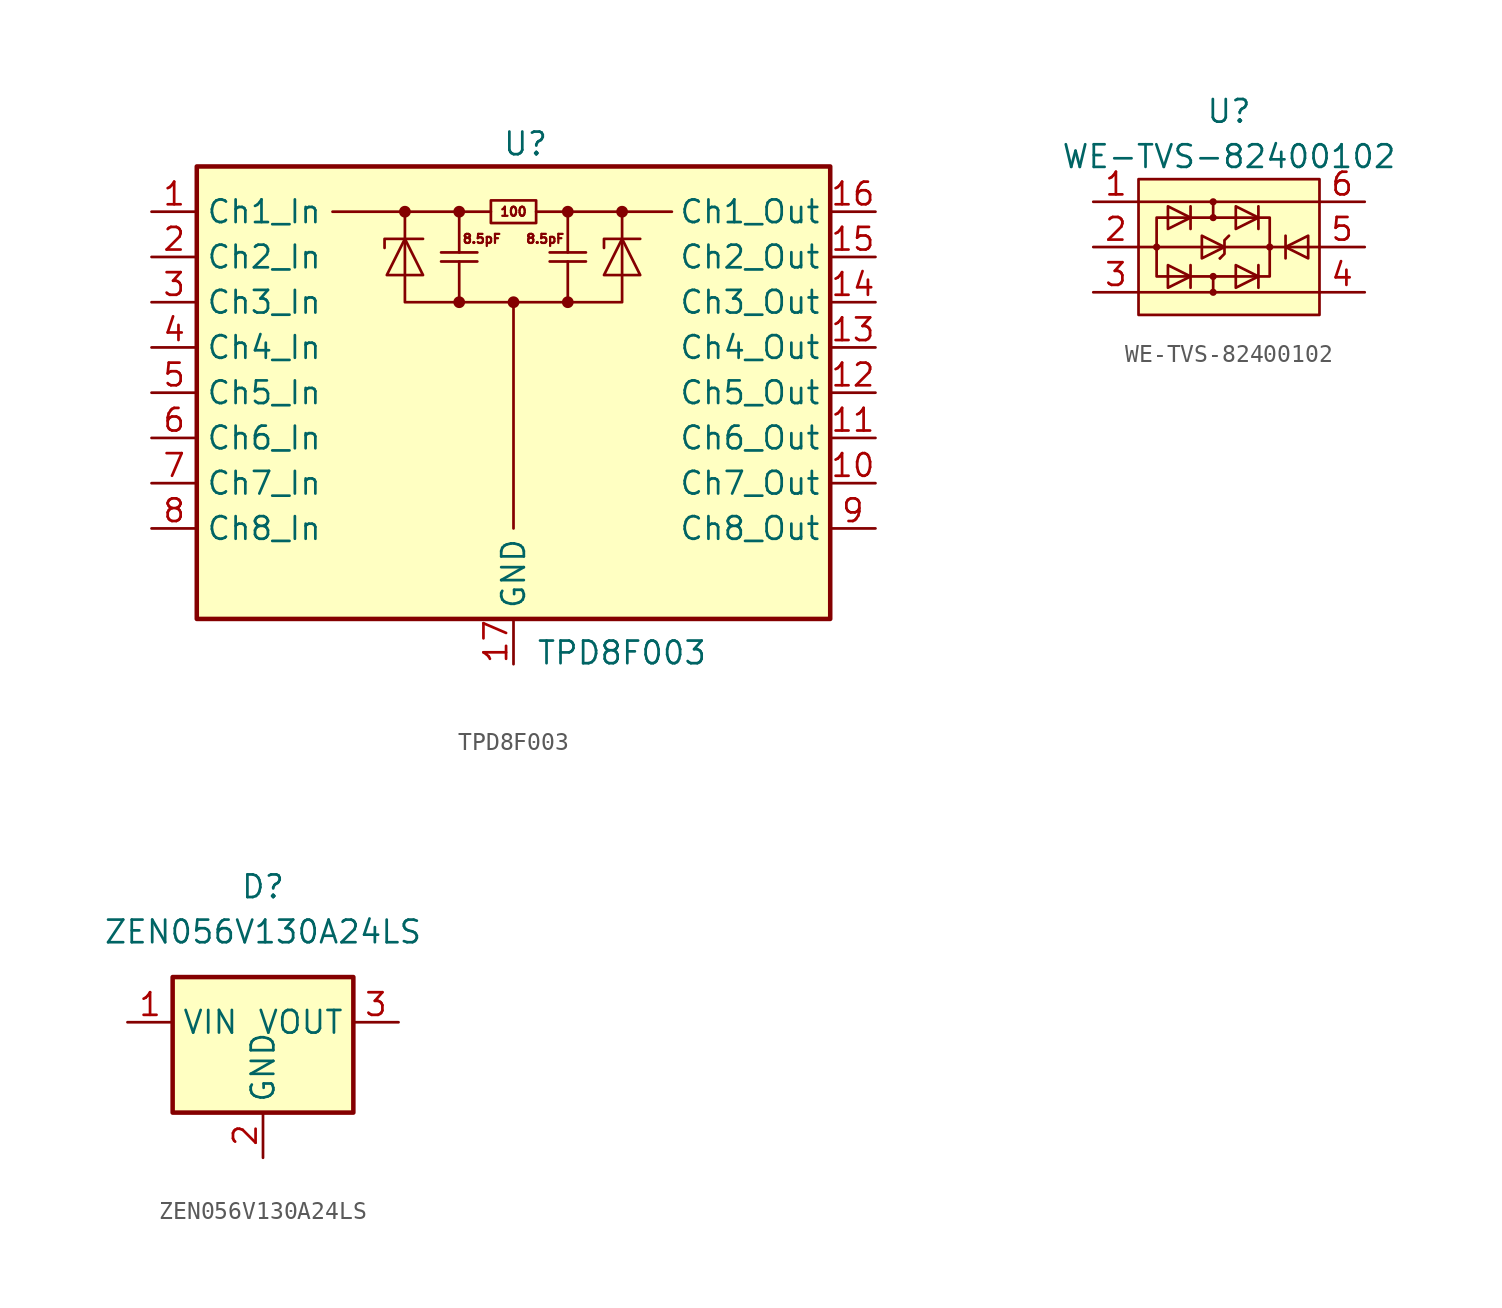
<source format=kicad_sym>
(kicad_symbol_lib
  (version 20220914)
  (generator kicad_symbol_editor)
  (symbol "TPD8F003"
    (property "Reference" "U"
      (at -0.635 13.97 0)
      (effects (font (size 1.27 1.27)) (justify left)))
    (property "Value" "TPD8F003"
      (at 1.27 -14.605 0)
      (effects (font (size 1.27 1.27)) (justify left)))
    (symbol "TPD8F003_0_0"
      (circle (center -6.096 10.16) (radius 0.254) (stroke (width 0) (type default)) (fill (type outline)))
      (circle (center -3.048 5.08) (radius 0.254) (stroke (width 0) (type default)) (fill (type outline)))
      (circle (center -3.048 10.16) (radius 0.254) (stroke (width 0) (type default)) (fill (type outline)))
      (polyline (pts (xy -6.096 10.16) (xy -6.096 5.08) (xy 6.096 5.08) (xy 6.096 10.16)) (stroke (width 0) (type default)) (fill (type none)))
      (circle (center 0 5.08) (radius 0.254) (stroke (width 0) (type default)) (fill (type outline)))
      (circle (center 3.048 5.08) (radius 0.254) (stroke (width 0) (type default)) (fill (type outline)))
      (circle (center 3.048 10.16) (radius 0.254) (stroke (width 0) (type default)) (fill (type outline)))
      (circle (center 6.096 10.16) (radius 0.254) (stroke (width 0) (type default)) (fill (type outline)))
      (text "100" (at 0 10.16 0) (effects (font (size 0.508 0.508))))
      (text "8.5pF" (at -1.778 8.636 0) (effects (font (size 0.508 0.508))))
      (text "8.5pF" (at 1.778 8.636 0) (effects (font (size 0.508 0.508)))))
    (symbol "TPD8F003_0_1"
      (rectangle (start -17.78 12.7) (end 17.78 -12.7) (stroke (width 0.254) (type default)) (fill (type background)))
      (polyline (pts (xy -4.064 7.874) (xy -2.032 7.874)) (stroke (width 0) (type default)) (fill (type none)))
      (polyline (pts (xy -3.048 7.366) (xy -3.048 5.08)) (stroke (width 0) (type default)) (fill (type none)))
      (polyline (pts (xy -3.048 10.16) (xy -3.048 7.874)) (stroke (width 0) (type default)) (fill (type none)))
      (polyline (pts (xy -2.032 7.366) (xy -4.064 7.366)) (stroke (width 0) (type default)) (fill (type none)))
      (polyline (pts (xy -1.27 10.16) (xy -10.16 10.16)) (stroke (width 0) (type default)) (fill (type none)))
      (polyline (pts (xy 0 5.08) (xy 0 -7.62)) (stroke (width 0) (type default)) (fill (type none)))
      (polyline (pts (xy 1.27 10.16) (xy 8.89 10.16)) (stroke (width 0) (type default)) (fill (type none)))
      (polyline (pts (xy 2.032 7.874) (xy 4.064 7.874)) (stroke (width 0) (type default)) (fill (type none)))
      (polyline (pts (xy 3.048 7.366) (xy 3.048 5.08)) (stroke (width 0) (type default)) (fill (type none)))
      (polyline (pts (xy 3.048 10.16) (xy 3.048 7.874)) (stroke (width 0) (type default)) (fill (type none)))
      (polyline (pts (xy 4.064 7.366) (xy 2.032 7.366)) (stroke (width 0) (type default)) (fill (type none)))
      (polyline (pts (xy -5.08 8.636) (xy -7.239 8.636) (xy -7.239 8.128)) (stroke (width 0) (type default)) (fill (type none)))
      (polyline (pts (xy 5.08 8.128) (xy 5.08 8.636) (xy 7.112 8.636)) (stroke (width 0) (type default)) (fill (type none)))
      (polyline (pts (xy -6.096 8.636) (xy -5.08 6.604) (xy -7.112 6.604) (xy -6.096 8.636)) (stroke (width 0) (type default)) (fill (type none)))
      (polyline (pts (xy 6.096 8.636) (xy 5.08 6.604) (xy 7.112 6.604) (xy 6.096 8.636)) (stroke (width 0) (type default)) (fill (type none)))
      (polyline (pts (xy -1.27 10.16) (xy -1.27 9.525) (xy 1.27 9.525) (xy 1.27 10.795) (xy -1.27 10.795) (xy -1.27 10.16)) (stroke (width 0) (type default)) (fill (type none))))
    (symbol "TPD8F003_1_1"
      (pin passive line (at -20.32 10.16 0) (length 2.54) (name "Ch1_In" (effects (font (size 1.27 1.27)))) (number "1" (effects (font (size 1.27 1.27)))))
      (pin passive line (at 20.32 -5.08 180) (length 2.54) (name "Ch7_Out" (effects (font (size 1.27 1.27)))) (number "10" (effects (font (size 1.27 1.27)))))
      (pin passive line (at 20.32 -2.54 180) (length 2.54) (name "Ch6_Out" (effects (font (size 1.27 1.27)))) (number "11" (effects (font (size 1.27 1.27)))))
      (pin passive line (at 20.32 0 180) (length 2.54) (name "Ch5_Out" (effects (font (size 1.27 1.27)))) (number "12" (effects (font (size 1.27 1.27)))))
      (pin passive line (at 20.32 2.54 180) (length 2.54) (name "Ch4_Out" (effects (font (size 1.27 1.27)))) (number "13" (effects (font (size 1.27 1.27)))))
      (pin passive line (at 20.32 5.08 180) (length 2.54) (name "Ch3_Out" (effects (font (size 1.27 1.27)))) (number "14" (effects (font (size 1.27 1.27)))))
      (pin passive line (at 20.32 7.62 180) (length 2.54) (name "Ch2_Out" (effects (font (size 1.27 1.27)))) (number "15" (effects (font (size 1.27 1.27)))))
      (pin passive line (at 20.32 10.16 180) (length 2.54) (name "Ch1_Out" (effects (font (size 1.27 1.27)))) (number "16" (effects (font (size 1.27 1.27)))))
      (pin power_in line (at 0 -15.24 90) (length 2.54) (name "GND" (effects (font (size 1.27 1.27)))) (number "17" (effects (font (size 1.27 1.27)))))
      (pin passive line (at -20.32 7.62 0) (length 2.54) (name "Ch2_In" (effects (font (size 1.27 1.27)))) (number "2" (effects (font (size 1.27 1.27)))))
      (pin passive line (at -20.32 5.08 0) (length 2.54) (name "Ch3_In" (effects (font (size 1.27 1.27)))) (number "3" (effects (font (size 1.27 1.27)))))
      (pin passive line (at -20.32 2.54 0) (length 2.54) (name "Ch4_In" (effects (font (size 1.27 1.27)))) (number "4" (effects (font (size 1.27 1.27)))))
      (pin passive line (at -20.32 0 0) (length 2.54) (name "Ch5_In" (effects (font (size 1.27 1.27)))) (number "5" (effects (font (size 1.27 1.27)))))
      (pin passive line (at -20.32 -2.54 0) (length 2.54) (name "Ch6_In" (effects (font (size 1.27 1.27)))) (number "6" (effects (font (size 1.27 1.27)))))
      (pin passive line (at -20.32 -5.08 0) (length 2.54) (name "Ch7_In" (effects (font (size 1.27 1.27)))) (number "7" (effects (font (size 1.27 1.27)))))
      (pin passive line (at -20.32 -7.62 0) (length 2.54) (name "Ch8_In" (effects (font (size 1.27 1.27)))) (number "8" (effects (font (size 1.27 1.27)))))
      (pin passive line (at 20.32 -7.62 180) (length 2.54) (name "Ch8_Out" (effects (font (size 1.27 1.27)))) (number "9" (effects (font (size 1.27 1.27)))))))
  (symbol "WE-TVS-82400102"
    (property "Reference" "U"
      (at 0 7.62 0)
      (effects (font (size 1.27 1.27))))
    (property "Value" "WE-TVS-82400102"
      (at 0 5.08 0)
      (effects (font (size 1.27 1.27))))
    (symbol "WE-TVS-82400102_0_1"
      (rectangle (start -5.08 3.81) (end 5.08 -3.81) (stroke (width 0) (type default)) (fill (type background)))
      (circle (center -4.064 0) (radius 0.127) (stroke (width 0) (type default)) (fill (type none)))
      (rectangle (start -4.064 1.651) (end 2.286 -1.651) (stroke (width 0) (type default)) (fill (type none)))
      (circle (center -0.889 -2.54) (radius 0.127) (stroke (width 0) (type default)) (fill (type none)))
      (circle (center -0.889 -1.651) (radius 0.127) (stroke (width 0) (type default)) (fill (type none)))
      (circle (center -0.889 1.651) (radius 0.127) (stroke (width 0) (type default)) (fill (type none)))
      (circle (center -0.889 2.54) (radius 0.127) (stroke (width 0) (type default)) (fill (type none)))
      (polyline (pts (xy -5.08 -2.54) (xy 5.08 -2.54)) (stroke (width 0) (type default)) (fill (type none)))
      (polyline (pts (xy -5.08 2.54) (xy 5.08 2.54)) (stroke (width 0) (type default)) (fill (type none)))
      (polyline (pts (xy -4.064 0) (xy -5.08 0)) (stroke (width 0) (type default)) (fill (type none)))
      (polyline (pts (xy -4.064 0) (xy 2.286 0)) (stroke (width 0) (type default)) (fill (type outline)))
      (polyline (pts (xy -2.159 -1.016) (xy -2.159 -2.286)) (stroke (width 0) (type default)) (fill (type none)))
      (polyline (pts (xy -2.159 2.286) (xy -2.159 1.016)) (stroke (width 0) (type default)) (fill (type none)))
      (polyline (pts (xy -0.889 -1.651) (xy -0.889 -2.413)) (stroke (width 0) (type default)) (fill (type none)))
      (polyline (pts (xy -0.889 1.651) (xy -0.889 2.54)) (stroke (width 0) (type default)) (fill (type none)))
      (polyline (pts (xy -0.508 -0.635) (xy -0.508 -0.635)) (stroke (width 0) (type default)) (fill (type none)))
      (polyline (pts (xy 1.651 -1.016) (xy 1.651 -2.286)) (stroke (width 0) (type default)) (fill (type none)))
      (polyline (pts (xy 1.651 2.286) (xy 1.651 1.016)) (stroke (width 0) (type default)) (fill (type none)))
      (polyline (pts (xy 2.286 0) (xy 5.08 0)) (stroke (width 0) (type default)) (fill (type none)))
      (polyline (pts (xy -3.429 -1.016) (xy -3.429 -2.286) (xy -2.159 -1.651) (xy -3.429 -1.016)) (stroke (width 0) (type default)) (fill (type none)))
      (polyline (pts (xy -3.429 1.016) (xy -3.429 2.286) (xy -2.159 1.651) (xy -3.429 1.016)) (stroke (width 0) (type default)) (fill (type none)))
      (polyline (pts (xy 0 0.635) (xy -0.254 0.381) (xy -0.254 -0.381) (xy -0.508 -0.635)) (stroke (width 0) (type default)) (fill (type none)))
      (polyline (pts (xy 0.381 -1.016) (xy 0.381 -2.286) (xy 1.651 -1.651) (xy 0.381 -1.016)) (stroke (width 0) (type default)) (fill (type none)))
      (polyline (pts (xy 0.381 1.016) (xy 0.381 2.286) (xy 1.651 1.651) (xy 0.381 1.016)) (stroke (width 0) (type default)) (fill (type none)))
      (circle (center 2.286 0) (radius 0.127) (stroke (width 0) (type default)) (fill (type none))))
    (symbol "WE-TVS-82400102_1_1"
      (polyline (pts (xy 3.175 0.635) (xy 3.175 -0.635)) (stroke (width 0) (type default)) (fill (type none)))
      (polyline (pts (xy -1.524 0.635) (xy -1.524 -0.635) (xy -0.254 0) (xy -1.524 0.635)) (stroke (width 0) (type default)) (fill (type none)))
      (polyline (pts (xy 4.445 0.635) (xy 4.445 -0.635) (xy 3.175 0) (xy 4.445 0.635)) (stroke (width 0) (type default)) (fill (type none)))
      (pin passive line (at -7.62 2.54 0) (length 2.54) (name "~" (effects (font (size 1.27 1.27)))) (number "1" (effects (font (size 1.27 1.27)))))
      (pin passive line (at -7.62 0 0) (length 2.54) (name "~" (effects (font (size 1.27 1.27)))) (number "2" (effects (font (size 1.27 1.27)))))
      (pin passive line (at -7.62 -2.54 0) (length 2.54) (name "~" (effects (font (size 1.27 1.27)))) (number "3" (effects (font (size 1.27 1.27)))))
      (pin passive line (at 7.62 -2.54 180) (length 2.54) (name "~" (effects (font (size 1.27 1.27)))) (number "4" (effects (font (size 1.27 1.27)))))
      (pin passive line (at 7.62 0 180) (length 2.54) (name "~" (effects (font (size 1.27 1.27)))) (number "5" (effects (font (size 1.27 1.27)))))
      (pin passive line (at 7.62 2.54 180) (length 2.54) (name "~" (effects (font (size 1.27 1.27)))) (number "6" (effects (font (size 1.27 1.27)))))))
  (symbol "ZEN056V130A24LS"
    (property "Reference" "D"
      (at 0 10.16 0)
      (effects (font (size 1.27 1.27))))
    (property "Value" "ZEN056V130A24LS"
      (at 0 7.62 0)
      (effects (font (size 1.27 1.27))))
    (symbol "ZEN056V130A24LS_0_1"
      (rectangle (start -5.08 5.08) (end 5.08 -2.54) (stroke (width 0.254) (type default)) (fill (type background))))
    (symbol "ZEN056V130A24LS_1_1"
      (pin passive line (at -7.62 2.54 0) (length 2.54) (name "VIN" (effects (font (size 1.27 1.27)))) (number "1" (effects (font (size 1.27 1.27)))))
      (pin power_in line (at 0 -5.08 90) (length 2.54) (name "GND" (effects (font (size 1.27 1.27)))) (number "2" (effects (font (size 1.27 1.27)))))
      (pin passive line (at 7.62 2.54 180) (length 2.54) (name "VOUT" (effects (font (size 1.27 1.27)))) (number "3" (effects (font (size 1.27 1.27))))))))
</source>
